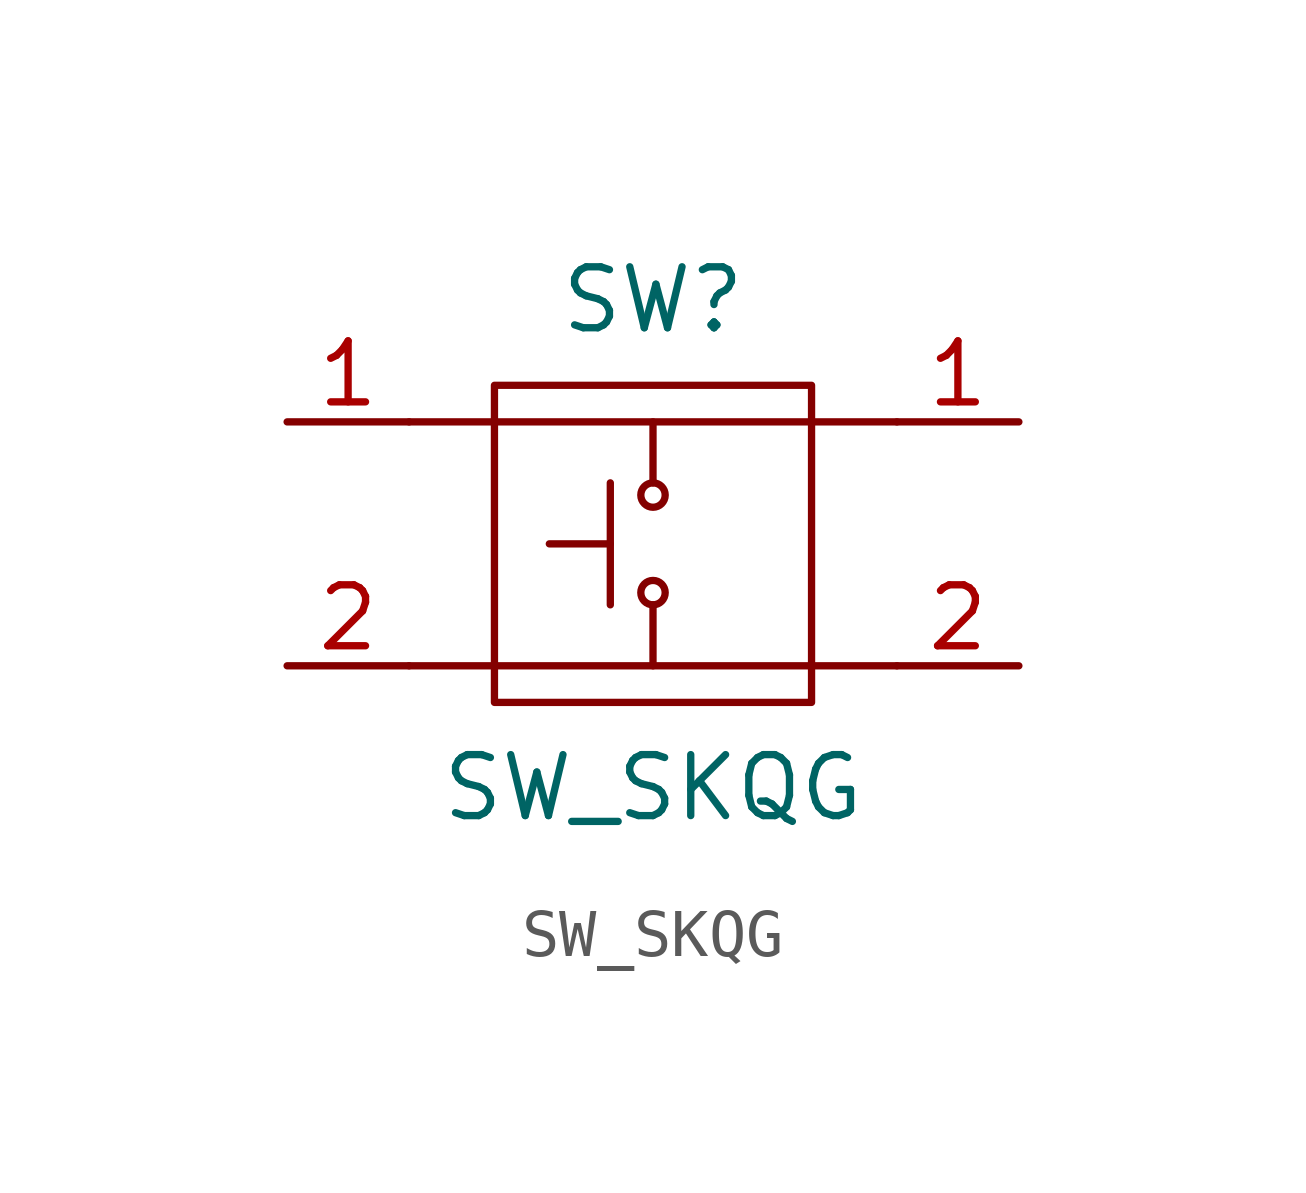
<source format=kicad_sym>
(kicad_symbol_lib
  (version 20211014)
  (generator kicad_symbol_editor)
  (symbol "SW_SKQG"
    (property "Reference" "SW"
      (at 0 2.54 0)
      (effects (font (size 1.27 1.27))))
    (property "Value" "SW_SKQG"
      (at 0 -7.62 0)
      (effects (font (size 1.27 1.27))))
    (symbol "SW_SKQG_0_1"
      (rectangle (start -3.302 0.762) (end 3.302 -5.842) (stroke (width 0) (type default) (color 0 0 0 0)) (fill (type none)))
      (circle (center 0 -3.556) (radius 0.254) (stroke (width 0) (type default) (color 0 0 0 0)) (fill (type none)))
      (circle (center 0 -1.524) (radius 0.254) (stroke (width 0) (type default) (color 0 0 0 0)) (fill (type none)))
      (polyline (pts (xy -5.08 0) (xy 5.08 0)) (stroke (width 0) (type default) (color 0 0 0 0)) (fill (type none)))
      (polyline (pts (xy -2.159 -2.54) (xy -0.889 -2.54)) (stroke (width 0) (type default) (color 0 0 0 0)) (fill (type none)))
      (polyline (pts (xy -0.889 -1.27) (xy -0.889 -3.81)) (stroke (width 0) (type default) (color 0 0 0 0)) (fill (type none)))
      (polyline (pts (xy 0 -3.81) (xy 0 -5.08)) (stroke (width 0) (type default) (color 0 0 0 0)) (fill (type none)))
      (polyline (pts (xy 0 -1.27) (xy 0 0)) (stroke (width 0) (type default) (color 0 0 0 0)) (fill (type none)))
      (polyline (pts (xy 5.08 -5.08) (xy -5.08 -5.08)) (stroke (width 0) (type default) (color 0 0 0 0)) (fill (type none))))
    (symbol "SW_SKQG_1_1"
      (pin passive line (at -7.62 0 0) (length 2.54) (name "" (effects (font (size 1.27 1.27)))) (number "1" (effects (font (size 1.27 1.27)))))
      (pin passive line (at 7.62 0 180) (length 2.54) (name "" (effects (font (size 1.27 1.27)))) (number "1" (effects (font (size 1.27 1.27)))))
      (pin passive line (at -7.62 -5.08 0) (length 2.54) (name "" (effects (font (size 1.27 1.27)))) (number "2" (effects (font (size 1.27 1.27)))))
      (pin passive line (at 7.62 -5.08 180) (length 2.54) (name "" (effects (font (size 1.27 1.27)))) (number "2" (effects (font (size 1.27 1.27))))))))
</source>
